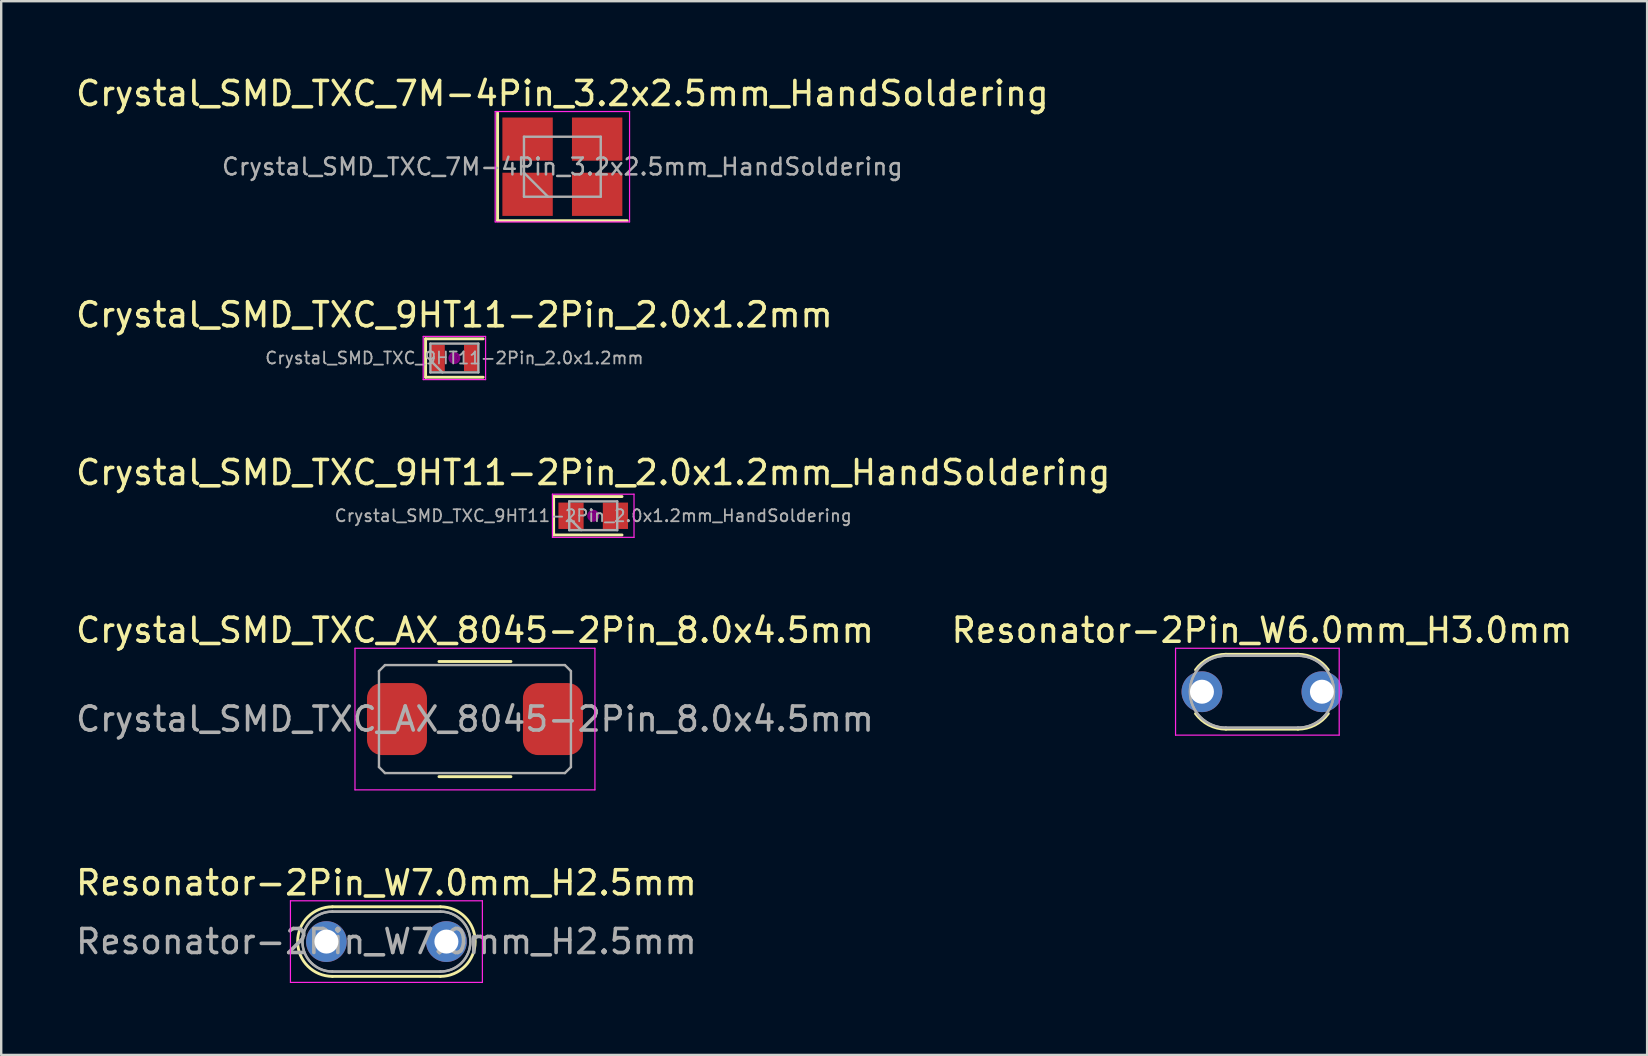
<source format=kicad_pcb>
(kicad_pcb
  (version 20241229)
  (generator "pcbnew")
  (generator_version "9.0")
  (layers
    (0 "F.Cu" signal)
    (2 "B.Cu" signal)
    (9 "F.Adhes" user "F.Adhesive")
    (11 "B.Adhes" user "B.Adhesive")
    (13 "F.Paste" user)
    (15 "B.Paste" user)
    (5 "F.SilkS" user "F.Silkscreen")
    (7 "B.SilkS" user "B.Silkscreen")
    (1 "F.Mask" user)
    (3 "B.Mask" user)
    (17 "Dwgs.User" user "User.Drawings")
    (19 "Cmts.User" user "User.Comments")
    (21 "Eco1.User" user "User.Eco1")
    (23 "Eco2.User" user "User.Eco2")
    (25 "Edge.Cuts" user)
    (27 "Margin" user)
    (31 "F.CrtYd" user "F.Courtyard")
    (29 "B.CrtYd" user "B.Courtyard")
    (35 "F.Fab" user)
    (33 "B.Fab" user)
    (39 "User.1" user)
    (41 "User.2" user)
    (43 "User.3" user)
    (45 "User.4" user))
  (footprint "Crystal_SMD_TXC_7M-4Pin_3.2x2.5mm_HandSoldering"
    (layer "F.Cu")
    (at 20.387 3.898)
    (property "Reference" "Crystal_SMD_TXC_7M-4Pin_3.2x2.5mm_HandSoldering" (at 0 -3.05 0) (layer "F.SilkS") (effects (font (size 1 1) (thickness 0.15))))
    (attr smd)
    (fp_line (start -2.7 -2.25) (end -2.7 2.25) (stroke (width 0.12) (type solid)) (layer "F.SilkS"))
    (fp_line (start -2.7 2.25) (end 2.7 2.25) (stroke (width 0.12) (type solid)) (layer "F.SilkS"))
    (fp_line (start -2.8 -2.3) (end -2.8 2.3) (stroke (width 0.05) (type solid)) (layer "F.CrtYd"))
    (fp_line (start -2.8 2.3) (end 2.8 2.3) (stroke (width 0.05) (type solid)) (layer "F.CrtYd"))
    (fp_line (start 2.8 -2.3) (end -2.8 -2.3) (stroke (width 0.05) (type solid)) (layer "F.CrtYd"))
    (fp_line (start 2.8 2.3) (end 2.8 -2.3) (stroke (width 0.05) (type solid)) (layer "F.CrtYd"))
    (fp_line (start -1.6 -1.25) (end -1.6 1.25) (stroke (width 0.1) (type solid)) (layer "F.Fab"))
    (fp_line (start -1.6 0.25) (end -0.6 1.25) (stroke (width 0.1) (type solid)) (layer "F.Fab"))
    (fp_line (start -1.6 1.25) (end 1.6 1.25) (stroke (width 0.1) (type solid)) (layer "F.Fab"))
    (fp_line (start 1.6 -1.25) (end -1.6 -1.25) (stroke (width 0.1) (type solid)) (layer "F.Fab"))
    (fp_line (start 1.6 1.25) (end 1.6 -1.25) (stroke (width 0.1) (type solid)) (layer "F.Fab"))
    (fp_text user "${REFERENCE}" (at 0 0 0) (layer "F.Fab") (effects (font (size 0.7 0.7) (thickness 0.105))))
    (pad "1" smd rect (at -1.45 1.15) (size 2.1 1.8) (layers "F.Cu" "F.Mask" "F.Paste"))
    (pad "2" smd rect (at 1.45 1.15) (size 2.1 1.8) (layers "F.Cu" "F.Mask" "F.Paste"))
    (pad "3" smd rect (at 1.45 -1.15) (size 2.1 1.8) (layers "F.Cu" "F.Mask" "F.Paste"))
    (pad "4" smd rect (at -1.45 -1.15) (size 2.1 1.8) (layers "F.Cu" "F.Mask" "F.Paste")))
  (footprint "Crystal_SMD_TXC_9HT11-2Pin_2.0x1.2mm_HandSoldering"
    (layer "F.Cu")
    (at 21.673 18.445)
    (property "Reference" "Crystal_SMD_TXC_9HT11-2Pin_2.0x1.2mm_HandSoldering" (at 0 -1.8 0) (layer "F.SilkS") (effects (font (size 1 1) (thickness 0.15))))
    (attr smd)
    (fp_line (start -1.65 -0.8) (end -1.65 0.8) (stroke (width 0.12) (type solid)) (layer "F.SilkS"))
    (fp_line (start -1.65 0.8) (end 1.2 0.8) (stroke (width 0.12) (type solid)) (layer "F.SilkS"))
    (fp_line (start 1.2 -0.8) (end -1.65 -0.8) (stroke (width 0.12) (type solid)) (layer "F.SilkS"))
    (fp_circle (center 0 0) (end 0.047 0) (stroke (width 0.093) (type solid)) (fill no) (layer "F.Adhes"))
    (fp_circle (center 0 0) (end 0.107 0) (stroke (width 0.067) (type solid)) (fill no) (layer "F.Adhes"))
    (fp_circle (center 0 0) (end 0.167 0) (stroke (width 0.067) (type solid)) (fill no) (layer "F.Adhes"))
    (fp_circle (center 0 0) (end 0.2 0) (stroke (width 0.1) (type solid)) (fill no) (layer "F.Adhes"))
    (fp_line (start -1.7 -0.9) (end -1.7 0.9) (stroke (width 0.05) (type solid)) (layer "F.CrtYd"))
    (fp_line (start -1.7 0.9) (end 1.7 0.9) (stroke (width 0.05) (type solid)) (layer "F.CrtYd"))
    (fp_line (start 1.7 -0.9) (end -1.7 -0.9) (stroke (width 0.05) (type solid)) (layer "F.CrtYd"))
    (fp_line (start 1.7 0.9) (end 1.7 -0.9) (stroke (width 0.05) (type solid)) (layer "F.CrtYd"))
    (fp_line (start -1 -0.6) (end -1 0.6) (stroke (width 0.1) (type solid)) (layer "F.Fab"))
    (fp_line (start -1 0.1) (end -0.5 0.6) (stroke (width 0.1) (type solid)) (layer "F.Fab"))
    (fp_line (start -1 0.6) (end 1 0.6) (stroke (width 0.1) (type solid)) (layer "F.Fab"))
    (fp_line (start 1 -0.6) (end -1 -0.6) (stroke (width 0.1) (type solid)) (layer "F.Fab"))
    (fp_line (start 1 0.6) (end 1 -0.6) (stroke (width 0.1) (type solid)) (layer "F.Fab"))
    (fp_text user "${REFERENCE}" (at 0 0 0) (layer "F.Fab") (effects (font (size 0.5 0.5) (thickness 0.075))))
    (pad "1" smd rect (at -0.925 0) (size 1.05 1.1) (layers "F.Cu" "F.Mask" "F.Paste"))
    (pad "2" smd rect (at 0.925 0) (size 1.05 1.1) (layers "F.Cu" "F.Mask" "F.Paste")))
  (footprint "Crystal_SMD_TXC_AX_8045-2Pin_8.0x4.5mm"
    (layer "F.Cu")
    (at 16.744 26.918)
    (property "Reference" "Crystal_SMD_TXC_AX_8045-2Pin_8.0x4.5mm" (at 0 -3.7 0) (layer "F.SilkS") (effects (font (size 1 1) (thickness 0.15))))
    (attr smd)
    (fp_line (start -1.5 2.4) (end 1.5 2.4) (stroke (width 0.12) (type solid)) (layer "F.SilkS"))
    (fp_line (start 1.5 -2.4) (end -1.5 -2.4) (stroke (width 0.12) (type solid)) (layer "F.SilkS"))
    (fp_line (start -5 -2.95) (end -5 2.95) (stroke (width 0.05) (type solid)) (layer "F.CrtYd"))
    (fp_line (start -5 2.95) (end 5 2.95) (stroke (width 0.05) (type solid)) (layer "F.CrtYd"))
    (fp_line (start 5 -2.95) (end -5 -2.95) (stroke (width 0.05) (type solid)) (layer "F.CrtYd"))
    (fp_line (start 5 2.95) (end 5 -2.95) (stroke (width 0.05) (type solid)) (layer "F.CrtYd"))
    (fp_line (start -4 -2) (end -3.75 -2.25) (stroke (width 0.1) (type solid)) (layer "F.Fab"))
    (fp_line (start -4 2) (end -4 -2) (stroke (width 0.1) (type solid)) (layer "F.Fab"))
    (fp_line (start -3.75 -2.25) (end 3.75 -2.25) (stroke (width 0.1) (type solid)) (layer "F.Fab"))
    (fp_line (start -3.75 2.25) (end -4 2) (stroke (width 0.1) (type solid)) (layer "F.Fab"))
    (fp_line (start 3.75 -2.25) (end 4 -2) (stroke (width 0.1) (type solid)) (layer "F.Fab"))
    (fp_line (start 3.75 2.25) (end -3.75 2.25) (stroke (width 0.1) (type solid)) (layer "F.Fab"))
    (fp_line (start 3.75 2.25) (end 4 2) (stroke (width 0.1) (type solid)) (layer "F.Fab"))
    (fp_line (start 4 -2) (end 4 2) (stroke (width 0.1) (type solid)) (layer "F.Fab"))
    (fp_text user "${REFERENCE}" (at 0 0 0) (layer "F.Fab") (effects (font (size 1 1) (thickness 0.15))))
    (pad "1" smd roundrect (at -3.25 0) (size 2.5 3) (layers "F.Cu" "F.Mask" "F.Paste") (roundrect_rratio 0.25))
    (pad "2" smd roundrect (at 3.25 0) (size 2.5 3) (layers "F.Cu" "F.Mask" "F.Paste") (roundrect_rratio 0.25)))
  (footprint "Resonator-2Pin_W7.0mm_H2.5mm"
    (layer "F.Cu")
    (at 10.554 36.191)
    (property "Reference" "Resonator-2Pin_W7.0mm_H2.5mm" (at 2.5 -2.45 0) (layer "F.SilkS") (effects (font (size 1 1) (thickness 0.15))))
    (attr through_hole)
    (fp_line (start 0.25 -1.45) (end 4.75 -1.45) (stroke (width 0.12) (type solid)) (layer "F.SilkS"))
    (fp_line (start 0.25 1.45) (end 4.75 1.45) (stroke (width 0.12) (type solid)) (layer "F.SilkS"))
    (fp_arc (start 0.25 1.45) (mid -1.2 0) (end 0.25 -1.45) (stroke (width 0.12) (type solid)) (layer "F.SilkS"))
    (fp_arc (start 4.75 -1.45) (mid 6.2 0) (end 4.75 1.45) (stroke (width 0.12) (type solid)) (layer "F.SilkS"))
    (fp_line (start -1.5 -1.7) (end -1.5 1.7) (stroke (width 0.05) (type solid)) (layer "F.CrtYd"))
    (fp_line (start -1.5 1.7) (end 6.5 1.7) (stroke (width 0.05) (type solid)) (layer "F.CrtYd"))
    (fp_line (start 6.5 -1.7) (end -1.5 -1.7) (stroke (width 0.05) (type solid)) (layer "F.CrtYd"))
    (fp_line (start 6.5 1.7) (end 6.5 -1.7) (stroke (width 0.05) (type solid)) (layer "F.CrtYd"))
    (fp_line (start 0.25 -1.25) (end 4.75 -1.25) (stroke (width 0.1) (type solid)) (layer "F.Fab"))
    (fp_line (start 0.25 -1.25) (end 4.75 -1.25) (stroke (width 0.1) (type solid)) (layer "F.Fab"))
    (fp_line (start 0.25 1.25) (end 4.75 1.25) (stroke (width 0.1) (type solid)) (layer "F.Fab"))
    (fp_line (start 0.25 1.25) (end 4.75 1.25) (stroke (width 0.1) (type solid)) (layer "F.Fab"))
    (fp_arc (start 0.25 1.25) (mid -1 0) (end 0.25 -1.25) (stroke (width 0.1) (type solid)) (layer "F.Fab"))
    (fp_arc (start 0.25 1.25) (mid -1 0) (end 0.25 -1.25) (stroke (width 0.1) (type solid)) (layer "F.Fab"))
    (fp_arc (start 4.75 -1.25) (mid 6 0) (end 4.75 1.25) (stroke (width 0.1) (type solid)) (layer "F.Fab"))
    (fp_arc (start 4.75 -1.25) (mid 6 0) (end 4.75 1.25) (stroke (width 0.1) (type solid)) (layer "F.Fab"))
    (fp_text user "${REFERENCE}" (at 2.5 0 0) (layer "F.Fab") (effects (font (size 1 1) (thickness 0.15))))
    (pad "1" thru_hole circle (at 0 0) (size 1.7 1.7) (drill 1) (layers "*.Cu" "*.Mask"))
    (pad "2" thru_hole circle (at 5 0) (size 1.7 1.7) (drill 1) (layers "*.Cu" "*.Mask")))
  (footprint "Resonator-2Pin_W6.0mm_H3.0mm"
    (layer "F.Cu")
    (at 47.042 25.778)
    (property "Reference" "Resonator-2Pin_W6.0mm_H3.0mm" (at 2.5 -2.56 0) (layer "F.SilkS") (effects (font (size 1 1) (thickness 0.15))))
    (attr through_hole)
    (fp_line (start 1 -1.56) (end 4 -1.56) (stroke (width 0.12) (type solid)) (layer "F.SilkS"))
    (fp_line (start 1 1.56) (end 4 1.56) (stroke (width 0.12) (type solid)) (layer "F.SilkS"))
    (fp_arc (start -0.267109 -0.909965) (mid 0.287941 -1.38801) (end 1 -1.56) (stroke (width 0.12) (type solid)) (layer "F.SilkS"))
    (fp_arc (start 1 1.56) (mid 0.287941 1.38801) (end -0.267109 0.909965) (stroke (width 0.12) (type solid)) (layer "F.SilkS"))
    (fp_arc (start 4 -1.56) (mid 4.712059 -1.38801) (end 5.267109 -0.909965) (stroke (width 0.12) (type solid)) (layer "F.SilkS"))
    (fp_arc (start 5.267109 0.909965) (mid 4.712059 1.38801) (end 4 1.56) (stroke (width 0.12) (type solid)) (layer "F.SilkS"))
    (fp_line (start -1.1 -1.81) (end -1.1 1.81) (stroke (width 0.05) (type solid)) (layer "F.CrtYd"))
    (fp_line (start -1.1 1.81) (end 5.72 1.81) (stroke (width 0.05) (type solid)) (layer "F.CrtYd"))
    (fp_line (start 5.72 -1.81) (end -1.1 -1.81) (stroke (width 0.05) (type solid)) (layer "F.CrtYd"))
    (fp_line (start 5.72 1.81) (end 5.72 -1.81) (stroke (width 0.05) (type solid)) (layer "F.CrtYd"))
    (fp_line (start 1 -1.5) (end 4 -1.5) (stroke (width 0.1) (type solid)) (layer "F.Fab"))
    (fp_line (start 1 -1.5) (end 4 -1.5) (stroke (width 0.1) (type solid)) (layer "F.Fab"))
    (fp_line (start 1 1.5) (end 4 1.5) (stroke (width 0.1) (type solid)) (layer "F.Fab"))
    (fp_line (start 1 1.5) (end 4 1.5) (stroke (width 0.1) (type solid)) (layer "F.Fab"))
    (fp_arc (start 1 1.5) (mid -0.5 0) (end 1 -1.5) (stroke (width 0.1) (type solid)) (layer "F.Fab"))
    (fp_arc (start 1 1.5) (mid -0.5 0) (end 1 -1.5) (stroke (width 0.1) (type solid)) (layer "F.Fab"))
    (fp_arc (start 4 -1.5) (mid 5.5 0) (end 4 1.5) (stroke (width 0.1) (type solid)) (layer "F.Fab"))
    (fp_arc (start 4 -1.5) (mid 5.5 0) (end 4 1.5) (stroke (width 0.1) (type solid)) (layer "F.Fab"))
    (pad "1" thru_hole circle (at 0 0) (size 1.7 1.7) (drill 1) (layers "*.Cu" "*.Mask"))
    (pad "2" thru_hole circle (at 5 0) (size 1.7 1.7) (drill 1) (layers "*.Cu" "*.Mask")))
  (footprint "Crystal_SMD_TXC_9HT11-2Pin_2.0x1.2mm"
    (layer "F.Cu")
    (at 15.887 11.871)
    (property "Reference" "Crystal_SMD_TXC_9HT11-2Pin_2.0x1.2mm" (at 0 -1.8 0) (layer "F.SilkS") (effects (font (size 1 1) (thickness 0.15))))
    (attr smd)
    (fp_line (start -1.2 -0.8) (end -1.2 0.8) (stroke (width 0.12) (type solid)) (layer "F.SilkS"))
    (fp_line (start -1.2 0.8) (end 1.2 0.8) (stroke (width 0.12) (type solid)) (layer "F.SilkS"))
    (fp_line (start 1.2 -0.8) (end -1.2 -0.8) (stroke (width 0.12) (type solid)) (layer "F.SilkS"))
    (fp_circle (center 0 0) (end 0.047 0) (stroke (width 0.093) (type solid)) (fill no) (layer "F.Adhes"))
    (fp_circle (center 0 0) (end 0.107 0) (stroke (width 0.067) (type solid)) (fill no) (layer "F.Adhes"))
    (fp_circle (center 0 0) (end 0.167 0) (stroke (width 0.067) (type solid)) (fill no) (layer "F.Adhes"))
    (fp_circle (center 0 0) (end 0.2 0) (stroke (width 0.1) (type solid)) (fill no) (layer "F.Adhes"))
    (fp_line (start -1.3 -0.9) (end -1.3 0.9) (stroke (width 0.05) (type solid)) (layer "F.CrtYd"))
    (fp_line (start -1.3 0.9) (end 1.3 0.9) (stroke (width 0.05) (type solid)) (layer "F.CrtYd"))
    (fp_line (start 1.3 -0.9) (end -1.3 -0.9) (stroke (width 0.05) (type solid)) (layer "F.CrtYd"))
    (fp_line (start 1.3 0.9) (end 1.3 -0.9) (stroke (width 0.05) (type solid)) (layer "F.CrtYd"))
    (fp_line (start -1 -0.6) (end -1 0.6) (stroke (width 0.1) (type solid)) (layer "F.Fab"))
    (fp_line (start -1 0.1) (end -0.5 0.6) (stroke (width 0.1) (type solid)) (layer "F.Fab"))
    (fp_line (start -1 0.6) (end 1 0.6) (stroke (width 0.1) (type solid)) (layer "F.Fab"))
    (fp_line (start 1 -0.6) (end -1 -0.6) (stroke (width 0.1) (type solid)) (layer "F.Fab"))
    (fp_line (start 1 0.6) (end 1 -0.6) (stroke (width 0.1) (type solid)) (layer "F.Fab"))
    (fp_text user "${REFERENCE}" (at 0 0 0) (layer "F.Fab") (effects (font (size 0.5 0.5) (thickness 0.075))))
    (pad "1" smd rect (at -0.7 0) (size 0.6 1.1) (layers "F.Cu" "F.Mask" "F.Paste"))
    (pad "2" smd rect (at 0.7 0) (size 0.6 1.1) (layers "F.Cu" "F.Mask" "F.Paste")))
  (gr_rect
    (start -3 -3)
    (end 65.595 40.916)
    (stroke (width 0.1) (type default))
    (fill no)
    (layer "Edge.Cuts")))
</source>
